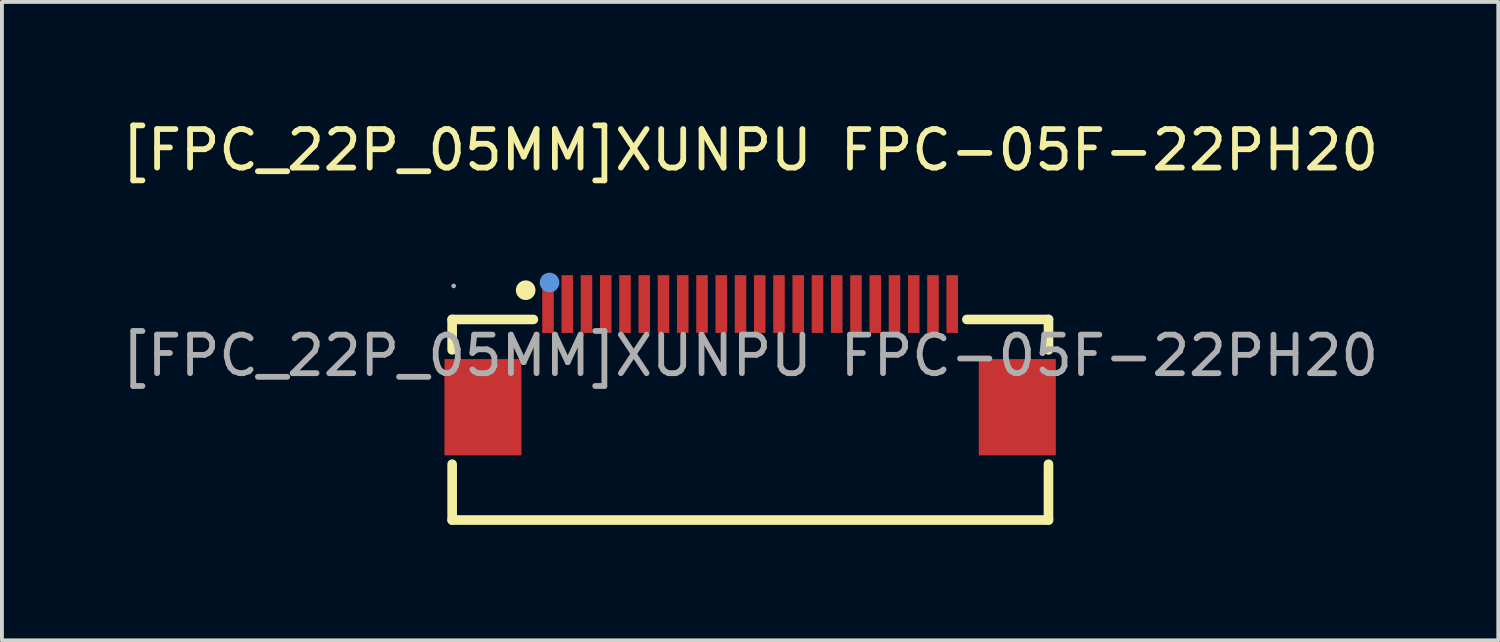
<source format=kicad_pcb>
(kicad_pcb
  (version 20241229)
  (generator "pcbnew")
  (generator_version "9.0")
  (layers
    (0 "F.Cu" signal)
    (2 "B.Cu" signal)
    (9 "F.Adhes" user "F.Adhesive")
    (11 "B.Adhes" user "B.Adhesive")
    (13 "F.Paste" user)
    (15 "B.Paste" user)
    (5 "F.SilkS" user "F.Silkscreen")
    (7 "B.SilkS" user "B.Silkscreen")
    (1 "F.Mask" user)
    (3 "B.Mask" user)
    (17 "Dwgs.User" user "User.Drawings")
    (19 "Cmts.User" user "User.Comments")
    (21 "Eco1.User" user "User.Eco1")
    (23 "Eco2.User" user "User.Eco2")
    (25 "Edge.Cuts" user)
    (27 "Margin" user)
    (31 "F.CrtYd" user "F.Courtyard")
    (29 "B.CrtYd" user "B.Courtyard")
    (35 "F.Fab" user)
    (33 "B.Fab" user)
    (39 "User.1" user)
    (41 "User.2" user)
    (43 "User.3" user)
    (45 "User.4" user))
  (footprint "[FPC_22P_05MM]XUNPU FPC-05F-22PH20"
    (layer "F.Cu")
    (at 16.435 6.188)
    (property "Reference" "[FPC_22P_05MM]XUNPU FPC-05F-22PH20" (at 0 -5.34 0) (layer "F.SilkS") (effects (font (size 1 1) (thickness 0.15))))
    (attr smd)
    (fp_line (start -7.74 -0.94) (end -5.63 -0.94) (stroke (width 0.25) (type solid)) (layer "F.SilkS"))
    (fp_line (start -7.74 -0.15) (end -7.74 -0.94) (stroke (width 0.25) (type solid)) (layer "F.SilkS"))
    (fp_line (start -7.74 4.27) (end -7.74 2.82) (stroke (width 0.25) (type solid)) (layer "F.SilkS"))
    (fp_line (start 5.63 -0.94) (end 7.75 -0.94) (stroke (width 0.25) (type solid)) (layer "F.SilkS"))
    (fp_line (start 7.75 -0.94) (end 7.75 -0.15) (stroke (width 0.25) (type solid)) (layer "F.SilkS"))
    (fp_line (start 7.75 2.82) (end 7.75 4.27) (stroke (width 0.25) (type solid)) (layer "F.SilkS"))
    (fp_line (start 7.75 4.27) (end -7.74 4.27) (stroke (width 0.25) (type solid)) (layer "F.SilkS"))
    (fp_circle (center -5.83 -1.7) (end -5.7 -1.7) (stroke (width 0.25) (type solid)) (fill no) (layer "F.SilkS"))
    (fp_circle (center -5.21 -1.9) (end -5.08 -1.9) (stroke (width 0.25) (type solid)) (fill no) (layer "Cmts.User"))
    (fp_circle (center -7.7 -1.81) (end -7.67 -1.81) (stroke (width 0.06) (type solid)) (fill no) (layer "F.Fab"))
    (fp_text user "${REFERENCE}" (at 0 0 0) (layer "F.Fab") (effects (font (size 1 1) (thickness 0.15))))
    (pad "1" smd rect (at -5.25 -1.34) (size 0.3 1.5) (layers "F.Cu" "F.Mask" "F.Paste"))
    (pad "2" smd rect (at -4.75 -1.34) (size 0.3 1.5) (layers "F.Cu" "F.Mask" "F.Paste"))
    (pad "3" smd rect (at -4.25 -1.34) (size 0.3 1.5) (layers "F.Cu" "F.Mask" "F.Paste"))
    (pad "4" smd rect (at -3.75 -1.34) (size 0.3 1.5) (layers "F.Cu" "F.Mask" "F.Paste"))
    (pad "5" smd rect (at -3.25 -1.34) (size 0.3 1.5) (layers "F.Cu" "F.Mask" "F.Paste"))
    (pad "6" smd rect (at -2.75 -1.34) (size 0.3 1.5) (layers "F.Cu" "F.Mask" "F.Paste"))
    (pad "7" smd rect (at -2.25 -1.34) (size 0.3 1.5) (layers "F.Cu" "F.Mask" "F.Paste"))
    (pad "8" smd rect (at -1.75 -1.34) (size 0.3 1.5) (layers "F.Cu" "F.Mask" "F.Paste"))
    (pad "9" smd rect (at -1.25 -1.34) (size 0.3 1.5) (layers "F.Cu" "F.Mask" "F.Paste"))
    (pad "10" smd rect (at -0.75 -1.34) (size 0.3 1.5) (layers "F.Cu" "F.Mask" "F.Paste"))
    (pad "11" smd rect (at -0.25 -1.34) (size 0.3 1.5) (layers "F.Cu" "F.Mask" "F.Paste"))
    (pad "12" smd rect (at 0.25 -1.34) (size 0.3 1.5) (layers "F.Cu" "F.Mask" "F.Paste"))
    (pad "13" smd rect (at 0.75 -1.34) (size 0.3 1.5) (layers "F.Cu" "F.Mask" "F.Paste"))
    (pad "14" smd rect (at 1.25 -1.34) (size 0.3 1.5) (layers "F.Cu" "F.Mask" "F.Paste"))
    (pad "15" smd rect (at 1.75 -1.34) (size 0.3 1.5) (layers "F.Cu" "F.Mask" "F.Paste"))
    (pad "16" smd rect (at 2.25 -1.34) (size 0.3 1.5) (layers "F.Cu" "F.Mask" "F.Paste"))
    (pad "17" smd rect (at 2.75 -1.34) (size 0.3 1.5) (layers "F.Cu" "F.Mask" "F.Paste"))
    (pad "18" smd rect (at 3.25 -1.34) (size 0.3 1.5) (layers "F.Cu" "F.Mask" "F.Paste"))
    (pad "19" smd rect (at 3.75 -1.34) (size 0.3 1.5) (layers "F.Cu" "F.Mask" "F.Paste"))
    (pad "20" smd rect (at 4.25 -1.34) (size 0.3 1.5) (layers "F.Cu" "F.Mask" "F.Paste"))
    (pad "21" smd rect (at 4.75 -1.34) (size 0.3 1.5) (layers "F.Cu" "F.Mask" "F.Paste"))
    (pad "22" smd rect (at 5.25 -1.34) (size 0.3 1.5) (layers "F.Cu" "F.Mask" "F.Paste"))
    (pad "23" smd rect (at 6.94 1.34) (size 2 2.5) (layers "F.Cu" "F.Mask" "F.Paste"))
    (pad "24" smd rect (at -6.94 1.34) (size 2 2.5) (layers "F.Cu" "F.Mask" "F.Paste")))
  (gr_rect
    (start -3 -3)
    (end 35.869 13.583)
    (stroke (width 0.1) (type default))
    (fill no)
    (layer "Edge.Cuts")))
</source>
